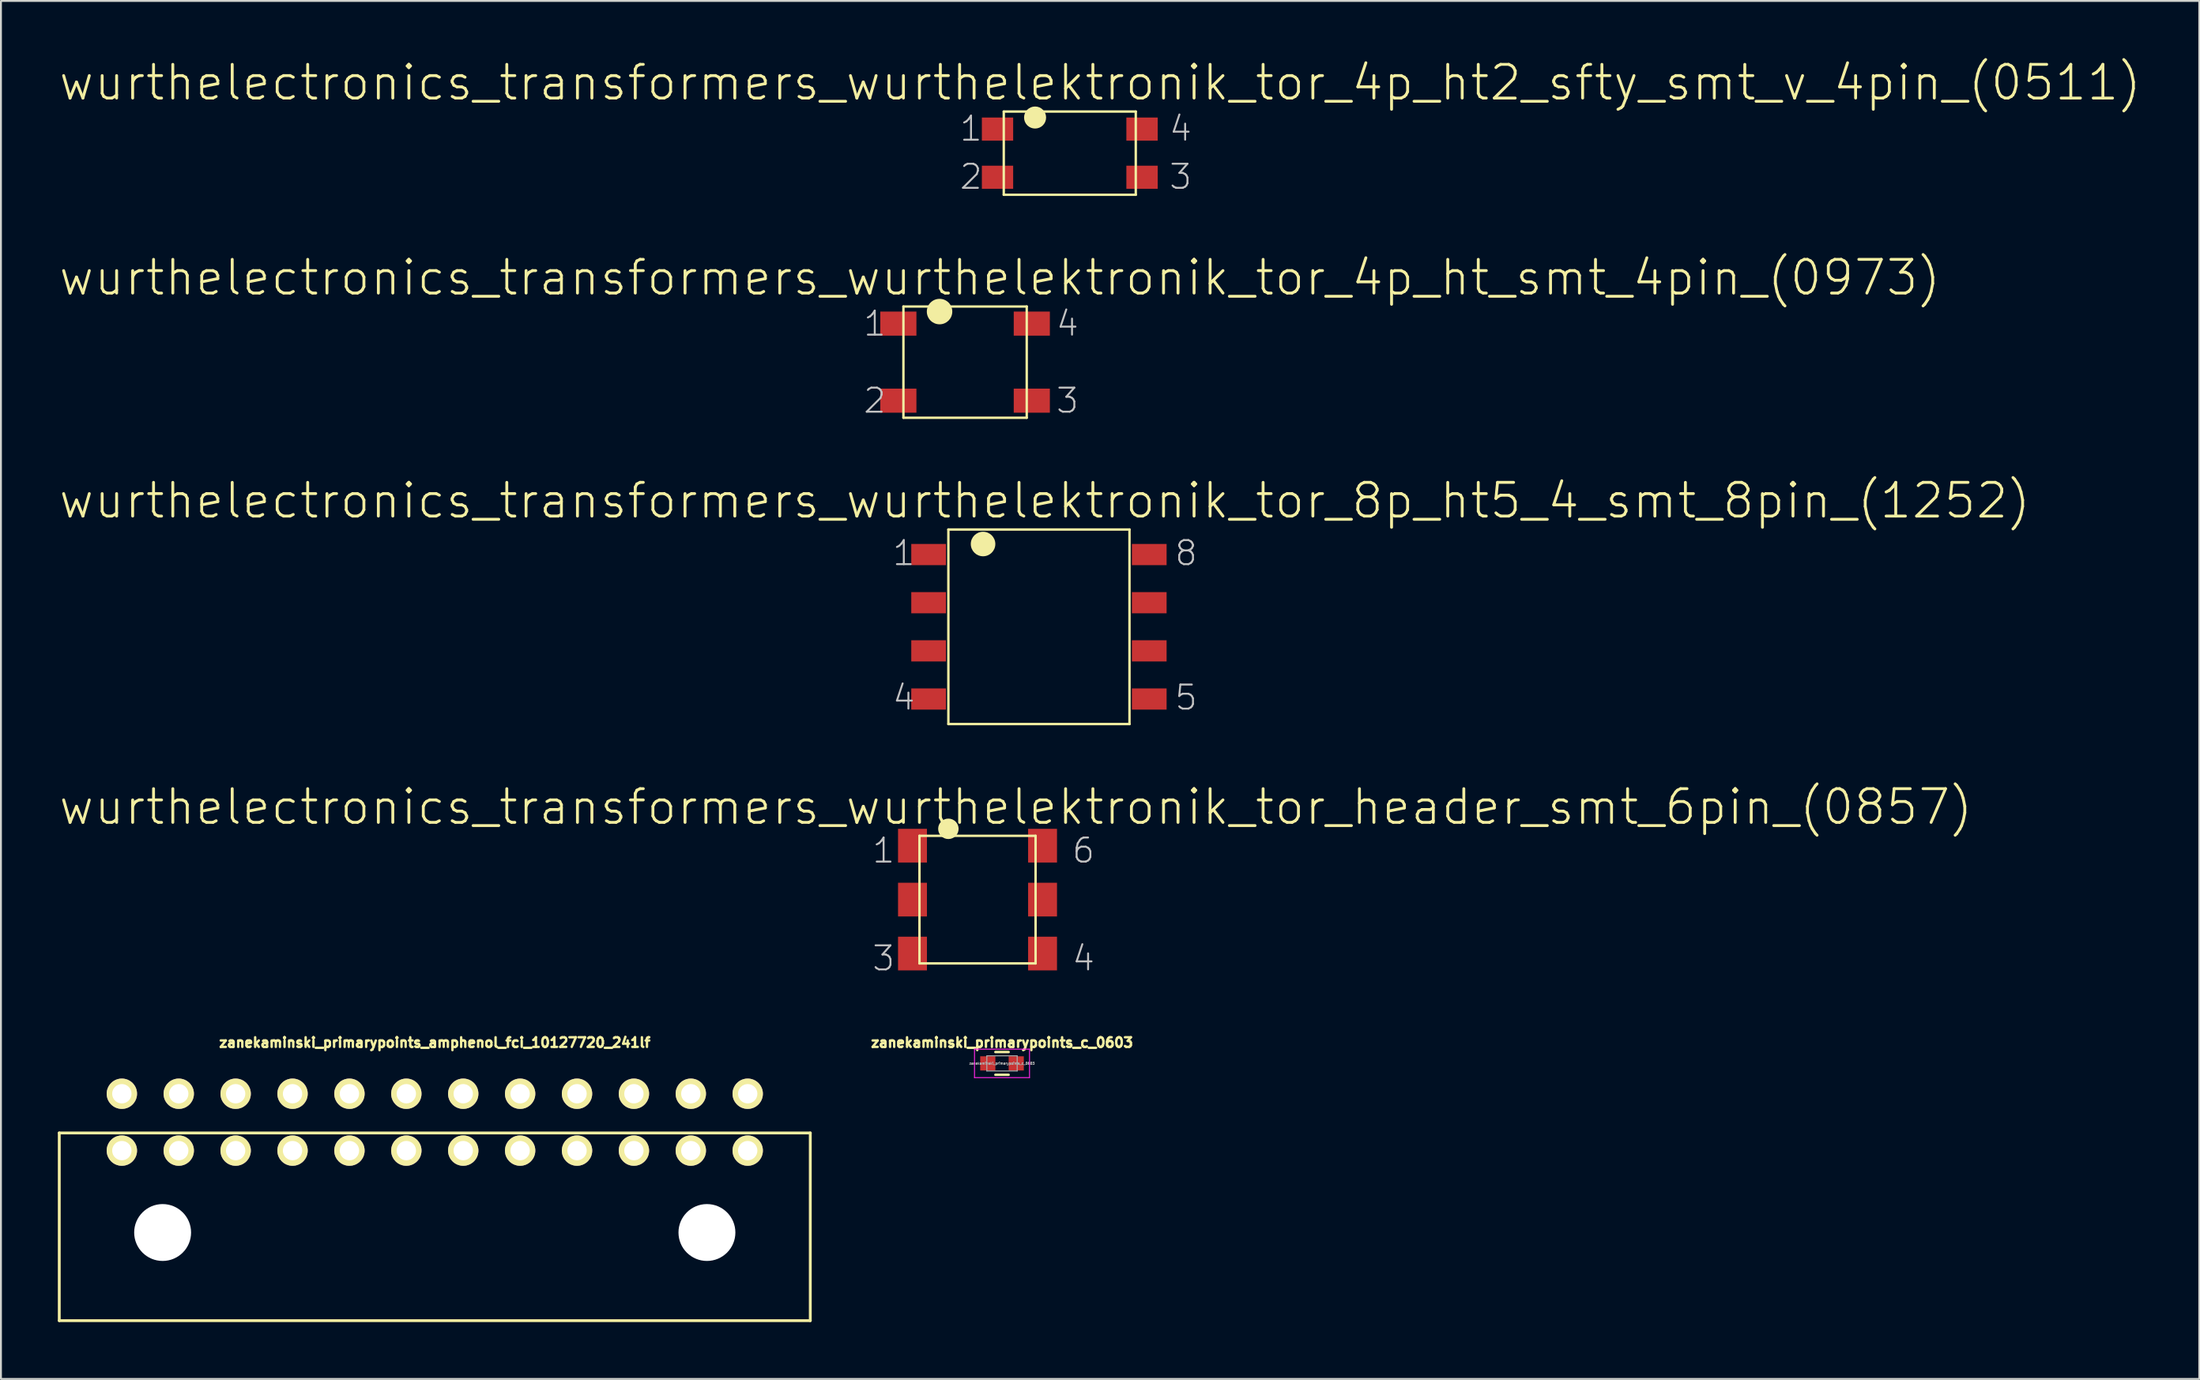
<source format=kicad_pcb>
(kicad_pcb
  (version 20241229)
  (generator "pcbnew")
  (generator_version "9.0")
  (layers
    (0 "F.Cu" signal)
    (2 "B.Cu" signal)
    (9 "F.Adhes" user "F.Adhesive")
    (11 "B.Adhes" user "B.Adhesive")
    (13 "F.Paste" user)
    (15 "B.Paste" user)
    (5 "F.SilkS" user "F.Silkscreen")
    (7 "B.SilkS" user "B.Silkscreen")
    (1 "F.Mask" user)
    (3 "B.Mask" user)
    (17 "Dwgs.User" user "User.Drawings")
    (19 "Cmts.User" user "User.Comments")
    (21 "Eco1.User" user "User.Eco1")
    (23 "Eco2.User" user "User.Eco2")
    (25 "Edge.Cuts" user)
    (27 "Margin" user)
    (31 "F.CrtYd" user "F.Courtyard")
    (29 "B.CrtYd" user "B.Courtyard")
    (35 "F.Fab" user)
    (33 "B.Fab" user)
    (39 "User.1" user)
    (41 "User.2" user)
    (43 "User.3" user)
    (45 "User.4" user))
  (footprint "wurthelectronics_transformers_wurthelektronik_tor_4p_ht_smt_4pin_(0973)"
    (layer "F.Cu")
    (at 47.837 16.052)
    (property "Reference" "wurthelectronics_transformers_wurthelektronik_tor_4p_ht_smt_4pin_(0973)" (at 1.829 -4.458 0) (layer "F.SilkS") (effects (font (size 1.778 1.778) (thickness 0.152))))
    (attr smd)
    (fp_line (start -3.251 -2.934) (end -3.251 2.934) (stroke (width 0.127) (type solid)) (layer "F.SilkS"))
    (fp_line (start -3.251 -2.934) (end 3.251 -2.934) (stroke (width 0.127) (type solid)) (layer "F.SilkS"))
    (fp_line (start -3.251 2.934) (end 3.251 2.934) (stroke (width 0.127) (type solid)) (layer "F.SilkS"))
    (fp_line (start 3.251 -2.934) (end 3.251 2.934) (stroke (width 0.127) (type solid)) (layer "F.SilkS"))
    (fp_circle (center -1.346 -2.667) (end -1.821 -3.142) (stroke (width 0) (type solid)) (fill yes) (layer "F.SilkS"))
    (fp_text user "4" (at 5.397 -2.032 0) (layer "Dwgs.User") (effects (font (size 1.27 1.27) (thickness 0.102))))
    (fp_text user "2" (at -4.763 2.032 0) (layer "Dwgs.User") (effects (font (size 1.27 1.27) (thickness 0.102))))
    (fp_text user "3" (at 5.397 2.032 0) (layer "Dwgs.User") (effects (font (size 1.27 1.27) (thickness 0.102))))
    (fp_text user "1" (at -4.763 -2.032 0) (layer "Dwgs.User") (effects (font (size 1.27 1.27) (thickness 0.102))))
    (pad "1" smd rect (at -3.518 -2.032) (size 1.905 1.27) (layers "F.Cu" "F.Mask" "F.Paste"))
    (pad "2" smd rect (at -3.518 2.032) (size 1.905 1.27) (layers "F.Cu" "F.Mask" "F.Paste"))
    (pad "3" smd rect (at 3.518 2.032) (size 1.905 1.27) (layers "F.Cu" "F.Mask" "F.Paste"))
    (pad "4" smd rect (at 3.518 -2.032) (size 1.905 1.27) (layers "F.Cu" "F.Mask" "F.Paste")))
  (footprint "wurthelectronics_transformers_wurthelektronik_tor_4p_ht2_sfty_smt_v_4pin_(0511)"
    (layer "F.Cu")
    (at 53.357 5.029)
    (property "Reference" "wurthelectronics_transformers_wurthelektronik_tor_4p_ht2_sfty_smt_v_4pin_(0511)" (at 1.6 -3.721 0) (layer "F.SilkS") (effects (font (size 1.778 1.778) (thickness 0.152))))
    (attr smd)
    (fp_line (start -3.48 -2.195) (end -3.48 2.195) (stroke (width 0.127) (type solid)) (layer "F.SilkS"))
    (fp_line (start -3.48 -2.195) (end 3.48 -2.195) (stroke (width 0.127) (type solid)) (layer "F.SilkS"))
    (fp_line (start -3.48 2.195) (end 3.48 2.195) (stroke (width 0.127) (type solid)) (layer "F.SilkS"))
    (fp_line (start 3.48 -2.195) (end 3.48 2.195) (stroke (width 0.127) (type solid)) (layer "F.SilkS"))
    (fp_circle (center -1.829 -1.88) (end -2.24 -2.291) (stroke (width 0) (type solid)) (fill yes) (layer "F.SilkS"))
    (fp_text user "3" (at 5.842 1.245 0) (layer "Dwgs.User") (effects (font (size 1.27 1.27) (thickness 0.102))))
    (fp_text user "2" (at -5.207 1.245 0) (layer "Dwgs.User") (effects (font (size 1.27 1.27) (thickness 0.102))))
    (fp_text user "1" (at -5.207 -1.293 0) (layer "Dwgs.User") (effects (font (size 1.27 1.27) (thickness 0.102))))
    (fp_text user "4" (at 5.842 -1.293 0) (layer "Dwgs.User") (effects (font (size 1.27 1.27) (thickness 0.102))))
    (pad "1" smd rect (at -3.81 -1.27) (size 1.651 1.219) (layers "F.Cu" "F.Mask" "F.Paste"))
    (pad "2" smd rect (at -3.81 1.27) (size 1.651 1.219) (layers "F.Cu" "F.Mask" "F.Paste"))
    (pad "3" smd rect (at 3.81 1.27) (size 1.651 1.219) (layers "F.Cu" "F.Mask" "F.Paste"))
    (pad "4" smd rect (at 3.81 -1.27) (size 1.651 1.219) (layers "F.Cu" "F.Mask" "F.Paste")))
  (footprint "zanekaminski_primarypoints_c_0603"
    (layer "F.Cu")
    (at 49.784 53.043)
    (property "Reference" "zanekaminski_primarypoints_c_0603" (at 0 -1.1 0) (layer "F.SilkS") (effects (font (size 0.508 0.508) (thickness 0.127))))
    (attr smd)
    (fp_line (start -0.35 -0.6) (end 0.35 -0.6) (stroke (width 0.127) (type solid)) (layer "F.SilkS"))
    (fp_line (start 0.35 0.6) (end -0.35 0.6) (stroke (width 0.127) (type solid)) (layer "F.SilkS"))
    (fp_line (start -1.45 -0.75) (end -1.45 0.75) (stroke (width 0.05) (type solid)) (layer "F.CrtYd"))
    (fp_line (start -1.45 -0.75) (end 1.45 -0.75) (stroke (width 0.05) (type solid)) (layer "F.CrtYd"))
    (fp_line (start -1.45 0.75) (end 1.45 0.75) (stroke (width 0.05) (type solid)) (layer "F.CrtYd"))
    (fp_line (start 1.45 -0.75) (end 1.45 0.75) (stroke (width 0.05) (type solid)) (layer "F.CrtYd"))
    (fp_line (start -0.8 -0.4) (end 0.8 -0.4) (stroke (width 0.05) (type solid)) (layer "F.Fab"))
    (fp_line (start -0.8 0.4) (end -0.8 -0.4) (stroke (width 0.05) (type solid)) (layer "F.Fab"))
    (fp_line (start 0.8 -0.4) (end 0.8 0.4) (stroke (width 0.05) (type solid)) (layer "F.Fab"))
    (fp_line (start 0.8 0.4) (end -0.8 0.4) (stroke (width 0.05) (type solid)) (layer "F.Fab"))
    (fp_text user "${REFERENCE}" (at 0 0 0) (layer "F.Fab") (effects (font (size 0.127 0.127) (thickness 0.032))))
    (pad "1" smd rect (at -0.75 0) (size 0.8 0.75) (layers "F.Cu" "F.Mask" "F.Paste"))
    (pad "2" smd rect (at 0.75 0) (size 0.8 0.75) (layers "F.Cu" "F.Mask" "F.Paste")))
  (footprint "wurthelectronics_transformers_wurthelektronik_tor_8p_ht5_4_smt_8pin_(1252)"
    (layer "F.Cu")
    (at 51.731 30.012)
    (property "Reference" "wurthelectronics_transformers_wurthelektronik_tor_8p_ht5_4_smt_8pin_(1252)" (at 0.305 -6.655 0) (layer "F.SilkS") (effects (font (size 1.778 1.778) (thickness 0.152))))
    (attr smd)
    (fp_line (start -4.775 -5.131) (end -4.775 5.131) (stroke (width 0.127) (type solid)) (layer "F.SilkS"))
    (fp_line (start -4.775 -5.131) (end 4.775 -5.131) (stroke (width 0.127) (type solid)) (layer "F.SilkS"))
    (fp_line (start -4.775 5.131) (end 4.775 5.131) (stroke (width 0.127) (type solid)) (layer "F.SilkS"))
    (fp_line (start 4.775 -5.131) (end 4.775 5.131) (stroke (width 0.127) (type solid)) (layer "F.SilkS"))
    (fp_circle (center -2.946 -4.366) (end -3.404 -4.823) (stroke (width 0) (type solid)) (fill yes) (layer "F.SilkS"))
    (fp_text user "1" (at -7.125 -3.886 0) (layer "Dwgs.User") (effects (font (size 1.27 1.27) (thickness 0.102))))
    (fp_text user "8" (at 7.76 -3.886 0) (layer "Dwgs.User") (effects (font (size 1.27 1.27) (thickness 0.102))))
    (fp_text user "5" (at 7.76 3.734 0) (layer "Dwgs.User") (effects (font (size 1.27 1.27) (thickness 0.102))))
    (fp_text user "4" (at -7.125 3.734 0) (layer "Dwgs.User") (effects (font (size 1.27 1.27) (thickness 0.102))))
    (pad "1" smd rect (at -5.817 -3.81) (size 1.829 1.118) (layers "F.Cu" "F.Mask" "F.Paste"))
    (pad "2" smd rect (at -5.817 -1.27) (size 1.829 1.118) (layers "F.Cu" "F.Mask" "F.Paste"))
    (pad "3" smd rect (at -5.817 1.27) (size 1.829 1.118) (layers "F.Cu" "F.Mask" "F.Paste"))
    (pad "4" smd rect (at -5.817 3.81) (size 1.829 1.118) (layers "F.Cu" "F.Mask" "F.Paste"))
    (pad "5" smd rect (at 5.817 3.81) (size 1.829 1.118) (layers "F.Cu" "F.Mask" "F.Paste"))
    (pad "6" smd rect (at 5.817 1.27) (size 1.829 1.118) (layers "F.Cu" "F.Mask" "F.Paste"))
    (pad "7" smd rect (at 5.817 -1.27) (size 1.829 1.118) (layers "F.Cu" "F.Mask" "F.Paste"))
    (pad "8" smd rect (at 5.817 -3.81) (size 1.829 1.118) (layers "F.Cu" "F.Mask" "F.Paste")))
  (footprint "zanekaminski_primarypoints_amphenol_fci_10127720_241lf"
    (layer "F.Cu")
    (at 19.875 56.143)
    (property "Reference" "zanekaminski_primarypoints_amphenol_fci_10127720_241lf" (at 0 -4.2 0) (layer "F.SilkS") (effects (font (size 0.508 0.508) (thickness 0.127))))
    (attr through_hole)
    (fp_line (start -19.8 0.568) (end -19.8 10.468) (stroke (width 0.15) (type solid)) (layer "F.SilkS"))
    (fp_line (start -19.8 0.568) (end 19.8 0.568) (stroke (width 0.15) (type solid)) (layer "F.SilkS"))
    (fp_line (start -19.8 10.468) (end 19.8 10.468) (stroke (width 0.15) (type solid)) (layer "F.SilkS"))
    (fp_line (start 19.8 0.568) (end 19.8 10.468) (stroke (width 0.15) (type solid)) (layer "F.SilkS"))
    (pad "" np_thru_hole circle (at -14.35 5.82) (size 3 3) (drill 3) (layers "*.Cu" "*.Mask"))
    (pad "" np_thru_hole circle (at 14.35 5.82) (size 3 3) (drill 3) (layers "*.Cu" "*.Mask"))
    (pad "1" thru_hole circle (at 16.5 1.5 180) (size 1.6 1.6) (drill 1.02) (layers "*.Cu" "*.Mask" "F.SilkS"))
    (pad "2" thru_hole circle (at 13.5 1.5 180) (size 1.6 1.6) (drill 1.02) (layers "*.Cu" "*.Mask" "F.SilkS"))
    (pad "3" thru_hole circle (at 10.5 1.5 180) (size 1.6 1.6) (drill 1.02) (layers "*.Cu" "*.Mask" "F.SilkS"))
    (pad "4" thru_hole circle (at 7.5 1.5 180) (size 1.6 1.6) (drill 1.02) (layers "*.Cu" "*.Mask" "F.SilkS"))
    (pad "5" thru_hole circle (at 4.5 1.5 180) (size 1.6 1.6) (drill 1.02) (layers "*.Cu" "*.Mask" "F.SilkS"))
    (pad "6" thru_hole circle (at 1.5 1.5 180) (size 1.6 1.6) (drill 1.02) (layers "*.Cu" "*.Mask" "F.SilkS"))
    (pad "7" thru_hole circle (at -1.5 1.5 180) (size 1.6 1.6) (drill 1.02) (layers "*.Cu" "*.Mask" "F.SilkS"))
    (pad "8" thru_hole circle (at -4.5 1.5 180) (size 1.6 1.6) (drill 1.02) (layers "*.Cu" "*.Mask" "F.SilkS"))
    (pad "9" thru_hole circle (at -7.5 1.5) (size 1.6 1.6) (drill 1.02) (layers "*.Cu" "*.Mask" "F.SilkS"))
    (pad "10" thru_hole circle (at -10.5 1.5) (size 1.6 1.6) (drill 1.02) (layers "*.Cu" "*.Mask" "F.SilkS"))
    (pad "11" thru_hole circle (at -13.5 1.5) (size 1.6 1.6) (drill 1.02) (layers "*.Cu" "*.Mask" "F.SilkS"))
    (pad "12" thru_hole circle (at -16.5 1.5) (size 1.6 1.6) (drill 1.02) (layers "*.Cu" "*.Mask" "F.SilkS"))
    (pad "13" thru_hole circle (at 16.5 -1.5 180) (size 1.6 1.6) (drill 1.02) (layers "*.Cu" "*.Mask" "F.SilkS"))
    (pad "14" thru_hole circle (at 13.5 -1.5 180) (size 1.6 1.6) (drill 1.02) (layers "*.Cu" "*.Mask" "F.SilkS"))
    (pad "15" thru_hole circle (at 10.5 -1.5 180) (size 1.6 1.6) (drill 1.02) (layers "*.Cu" "*.Mask" "F.SilkS"))
    (pad "16" thru_hole circle (at 7.5 -1.5 180) (size 1.6 1.6) (drill 1.02) (layers "*.Cu" "*.Mask" "F.SilkS"))
    (pad "17" thru_hole circle (at 4.5 -1.5 180) (size 1.6 1.6) (drill 1.02) (layers "*.Cu" "*.Mask" "F.SilkS"))
    (pad "18" thru_hole circle (at 1.5 -1.5 180) (size 1.6 1.6) (drill 1.02) (layers "*.Cu" "*.Mask" "F.SilkS"))
    (pad "19" thru_hole circle (at -1.5 -1.5 180) (size 1.6 1.6) (drill 1.02) (layers "*.Cu" "*.Mask" "F.SilkS"))
    (pad "20" thru_hole circle (at -4.5 -1.5 180) (size 1.6 1.6) (drill 1.02) (layers "*.Cu" "*.Mask" "F.SilkS"))
    (pad "21" thru_hole circle (at -7.5 -1.5 180) (size 1.6 1.6) (drill 1.02) (layers "*.Cu" "*.Mask" "F.SilkS"))
    (pad "22" thru_hole circle (at -10.5 -1.5 180) (size 1.6 1.6) (drill 1.02) (layers "*.Cu" "*.Mask" "F.SilkS"))
    (pad "23" thru_hole circle (at -13.5 -1.5 180) (size 1.6 1.6) (drill 1.02) (layers "*.Cu" "*.Mask" "F.SilkS"))
    (pad "24" thru_hole circle (at -16.5 -1.5 180) (size 1.6 1.6) (drill 1.02) (layers "*.Cu" "*.Mask" "F.SilkS")))
  (footprint "wurthelectronics_transformers_wurthelektronik_tor_header_smt_6pin_(0857)"
    (layer "F.Cu")
    (at 48.493 44.403)
    (property "Reference" "wurthelectronics_transformers_wurthelektronik_tor_header_smt_6pin_(0857)" (at 2.019 -4.889 0) (layer "F.SilkS") (effects (font (size 1.778 1.778) (thickness 0.152))))
    (attr smd)
    (fp_line (start -3.061 -3.365) (end -3.061 3.365) (stroke (width 0.127) (type solid)) (layer "F.SilkS"))
    (fp_line (start -3.061 -3.365) (end 3.061 -3.365) (stroke (width 0.127) (type solid)) (layer "F.SilkS"))
    (fp_line (start -3.061 3.365) (end 3.061 3.365) (stroke (width 0.127) (type solid)) (layer "F.SilkS"))
    (fp_line (start 3.061 -3.365) (end 3.061 3.365) (stroke (width 0.127) (type solid)) (layer "F.SilkS"))
    (fp_circle (center -1.537 -3.734) (end -1.918 -4.115) (stroke (width 0) (type solid)) (fill yes) (layer "F.SilkS"))
    (fp_text user "3" (at -4.953 3.099 0) (layer "Dwgs.User") (effects (font (size 1.27 1.27) (thickness 0.102))))
    (fp_text user "1" (at -4.953 -2.588 0) (layer "Dwgs.User") (effects (font (size 1.27 1.27) (thickness 0.102))))
    (fp_text user "6" (at 5.588 -2.588 0) (layer "Dwgs.User") (effects (font (size 1.27 1.27) (thickness 0.102))))
    (fp_text user "4" (at 5.588 3.099 0) (layer "Dwgs.User") (effects (font (size 1.27 1.27) (thickness 0.102))))
    (pad "1" smd rect (at -3.429 -2.845) (size 1.524 1.778) (layers "F.Cu" "F.Mask" "F.Paste"))
    (pad "2" smd rect (at -3.429 0) (size 1.524 1.778) (layers "F.Cu" "F.Mask" "F.Paste"))
    (pad "3" smd rect (at -3.429 2.845) (size 1.524 1.778) (layers "F.Cu" "F.Mask" "F.Paste"))
    (pad "4" smd rect (at 3.429 2.845) (size 1.524 1.778) (layers "F.Cu" "F.Mask" "F.Paste"))
    (pad "5" smd rect (at 3.429 0) (size 1.524 1.778) (layers "F.Cu" "F.Mask" "F.Paste"))
    (pad "6" smd rect (at 3.429 -2.845) (size 1.524 1.778) (layers "F.Cu" "F.Mask" "F.Paste")))
  (gr_rect
    (start -3 -3)
    (end 112.914 69.686)
    (stroke (width 0.1) (type default))
    (fill no)
    (layer "Edge.Cuts")))
</source>
